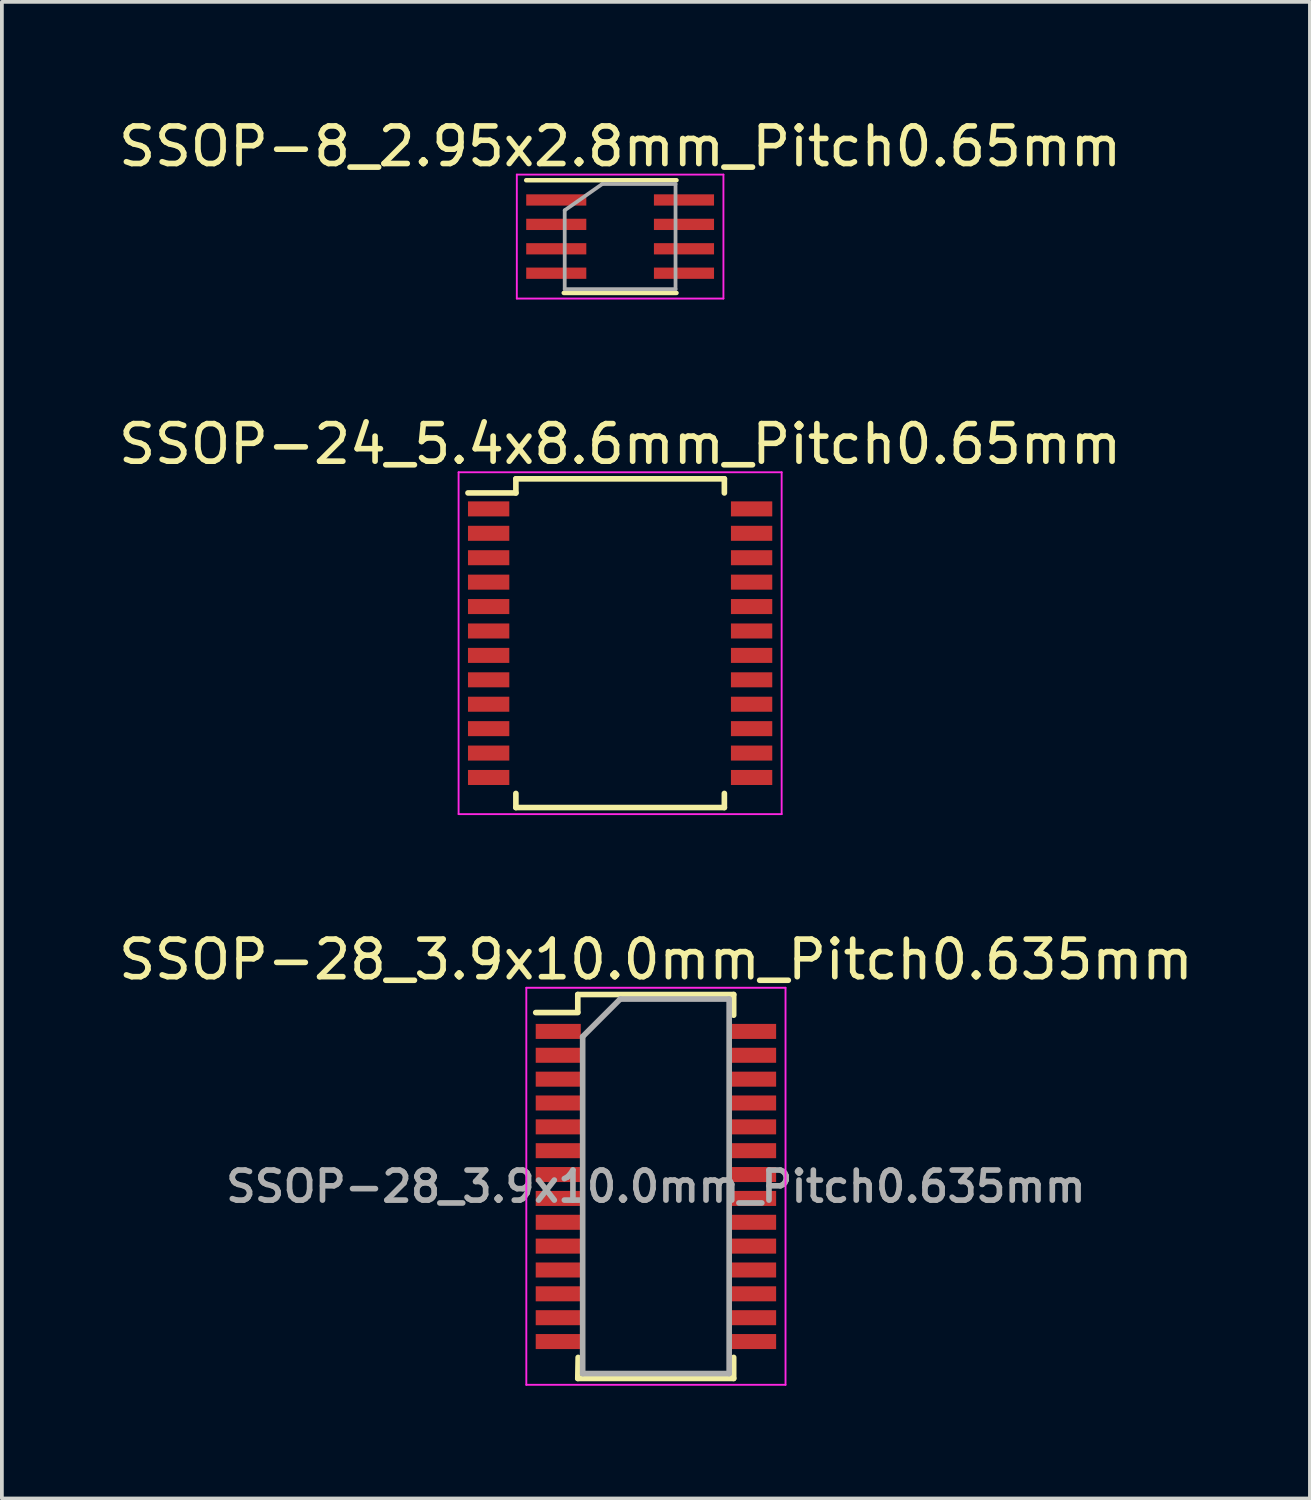
<source format=kicad_pcb>
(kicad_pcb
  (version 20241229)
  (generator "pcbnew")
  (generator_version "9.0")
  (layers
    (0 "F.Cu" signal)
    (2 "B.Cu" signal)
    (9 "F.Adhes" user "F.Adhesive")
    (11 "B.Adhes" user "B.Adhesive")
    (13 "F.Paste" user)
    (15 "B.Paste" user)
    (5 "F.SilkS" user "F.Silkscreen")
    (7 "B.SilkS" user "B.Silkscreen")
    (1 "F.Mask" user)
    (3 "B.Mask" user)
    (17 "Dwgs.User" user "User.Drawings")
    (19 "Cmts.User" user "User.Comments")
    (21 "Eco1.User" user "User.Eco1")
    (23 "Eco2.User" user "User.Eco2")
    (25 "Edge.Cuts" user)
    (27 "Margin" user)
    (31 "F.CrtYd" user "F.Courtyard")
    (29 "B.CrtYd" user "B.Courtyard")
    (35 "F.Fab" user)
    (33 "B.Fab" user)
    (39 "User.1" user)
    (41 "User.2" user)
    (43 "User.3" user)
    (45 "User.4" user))
  (footprint "SSOP-28_3.9x10.0mm_Pitch0.635mm"
    (layer "F.Cu")
    (at 14.411 28.535)
    (property "Reference" "SSOP-28_3.9x10.0mm_Pitch0.635mm" (at 0 -6.04 0) (layer "F.SilkS") (effects (font (size 1 1) (thickness 0.15))))
    (attr smd)
    (fp_line (start -2.08 -5.11) (end -2.08 -4.64) (stroke (width 0.15) (type solid)) (layer "F.SilkS"))
    (fp_line (start -2.08 -5.11) (end 2.07 -5.11) (stroke (width 0.15) (type solid)) (layer "F.SilkS"))
    (fp_line (start -2.08 -4.63) (end -3.2 -4.63) (stroke (width 0.15) (type solid)) (layer "F.SilkS"))
    (fp_line (start -2.08 5.11) (end -2.07 4.55) (stroke (width 0.15) (type solid)) (layer "F.SilkS"))
    (fp_line (start -2.08 5.11) (end 2.07 5.11) (stroke (width 0.15) (type solid)) (layer "F.SilkS"))
    (fp_line (start 2.07 -5.11) (end 2.07 -4.56) (stroke (width 0.15) (type solid)) (layer "F.SilkS"))
    (fp_line (start 2.07 5.11) (end 2.07 4.55) (stroke (width 0.15) (type solid)) (layer "F.SilkS"))
    (fp_line (start -3.45 -5.29) (end -3.45 5.28) (stroke (width 0.05) (type solid)) (layer "F.CrtYd"))
    (fp_line (start -3.45 -5.29) (end 3.45 -5.29) (stroke (width 0.05) (type solid)) (layer "F.CrtYd"))
    (fp_line (start -3.45 5.28) (end 3.45 5.28) (stroke (width 0.05) (type solid)) (layer "F.CrtYd"))
    (fp_line (start 3.45 -5.29) (end 3.45 5.28) (stroke (width 0.05) (type solid)) (layer "F.CrtYd"))
    (fp_line (start -1.95 -3.99) (end -0.95 -4.99) (stroke (width 0.15) (type solid)) (layer "F.Fab"))
    (fp_line (start -1.95 4.98) (end -1.95 -3.99) (stroke (width 0.15) (type solid)) (layer "F.Fab"))
    (fp_line (start -0.95 -4.99) (end 1.95 -4.99) (stroke (width 0.15) (type solid)) (layer "F.Fab"))
    (fp_line (start 1.95 -4.99) (end 1.95 4.98) (stroke (width 0.15) (type solid)) (layer "F.Fab"))
    (fp_line (start 1.95 4.98) (end -1.95 4.98) (stroke (width 0.15) (type solid)) (layer "F.Fab"))
    (fp_text user "${REFERENCE}" (at 0 0 0) (layer "F.Fab") (effects (font (size 0.8 0.8) (thickness 0.15))))
    (pad "1" smd rect (at -2.6 -4.128) (size 1.2 0.4) (layers "F.Cu" "F.Mask" "F.Paste"))
    (pad "2" smd rect (at -2.6 -3.493) (size 1.2 0.4) (layers "F.Cu" "F.Mask" "F.Paste"))
    (pad "3" smd rect (at -2.6 -2.857) (size 1.2 0.4) (layers "F.Cu" "F.Mask" "F.Paste"))
    (pad "4" smd rect (at -2.6 -2.223) (size 1.2 0.4) (layers "F.Cu" "F.Mask" "F.Paste"))
    (pad "5" smd rect (at -2.6 -1.587) (size 1.2 0.4) (layers "F.Cu" "F.Mask" "F.Paste"))
    (pad "6" smd rect (at -2.6 -0.953) (size 1.2 0.4) (layers "F.Cu" "F.Mask" "F.Paste"))
    (pad "7" smd rect (at -2.6 -0.318) (size 1.2 0.4) (layers "F.Cu" "F.Mask" "F.Paste"))
    (pad "8" smd rect (at -2.6 0.318) (size 1.2 0.4) (layers "F.Cu" "F.Mask" "F.Paste"))
    (pad "9" smd rect (at -2.6 0.953) (size 1.2 0.4) (layers "F.Cu" "F.Mask" "F.Paste"))
    (pad "10" smd rect (at -2.6 1.587) (size 1.2 0.4) (layers "F.Cu" "F.Mask" "F.Paste"))
    (pad "11" smd rect (at -2.6 2.223) (size 1.2 0.4) (layers "F.Cu" "F.Mask" "F.Paste"))
    (pad "12" smd rect (at -2.6 2.857) (size 1.2 0.4) (layers "F.Cu" "F.Mask" "F.Paste"))
    (pad "13" smd rect (at -2.6 3.493) (size 1.2 0.4) (layers "F.Cu" "F.Mask" "F.Paste"))
    (pad "14" smd rect (at -2.6 4.128) (size 1.2 0.4) (layers "F.Cu" "F.Mask" "F.Paste"))
    (pad "15" smd rect (at 2.6 4.128) (size 1.2 0.4) (layers "F.Cu" "F.Mask" "F.Paste"))
    (pad "16" smd rect (at 2.6 3.493) (size 1.2 0.4) (layers "F.Cu" "F.Mask" "F.Paste"))
    (pad "17" smd rect (at 2.6 2.857) (size 1.2 0.4) (layers "F.Cu" "F.Mask" "F.Paste"))
    (pad "18" smd rect (at 2.6 2.223) (size 1.2 0.4) (layers "F.Cu" "F.Mask" "F.Paste"))
    (pad "19" smd rect (at 2.6 1.587) (size 1.2 0.4) (layers "F.Cu" "F.Mask" "F.Paste"))
    (pad "20" smd rect (at 2.6 0.953) (size 1.2 0.4) (layers "F.Cu" "F.Mask" "F.Paste"))
    (pad "21" smd rect (at 2.6 0.318) (size 1.2 0.4) (layers "F.Cu" "F.Mask" "F.Paste"))
    (pad "22" smd rect (at 2.6 -0.318) (size 1.2 0.4) (layers "F.Cu" "F.Mask" "F.Paste"))
    (pad "23" smd rect (at 2.6 -0.953) (size 1.2 0.4) (layers "F.Cu" "F.Mask" "F.Paste"))
    (pad "24" smd rect (at 2.6 -1.587) (size 1.2 0.4) (layers "F.Cu" "F.Mask" "F.Paste"))
    (pad "25" smd rect (at 2.6 -2.223) (size 1.2 0.4) (layers "F.Cu" "F.Mask" "F.Paste"))
    (pad "26" smd rect (at 2.6 -2.857) (size 1.2 0.4) (layers "F.Cu" "F.Mask" "F.Paste"))
    (pad "27" smd rect (at 2.6 -3.493) (size 1.2 0.4) (layers "F.Cu" "F.Mask" "F.Paste"))
    (pad "28" smd rect (at 2.6 -4.128) (size 1.2 0.4) (layers "F.Cu" "F.Mask" "F.Paste")))
  (footprint "SSOP-8_2.95x2.8mm_Pitch0.65mm"
    (layer "F.Cu")
    (at 13.458 3.248)
    (property "Reference" "SSOP-8_2.95x2.8mm_Pitch0.65mm" (at 0 -2.4 0) (layer "F.SilkS") (effects (font (size 1 1) (thickness 0.15))))
    (attr smd)
    (fp_line (start 1.5 -1.5) (end -2.5 -1.5) (stroke (width 0.12) (type solid)) (layer "F.SilkS"))
    (fp_line (start 1.5 1.5) (end -1.5 1.5) (stroke (width 0.12) (type solid)) (layer "F.SilkS"))
    (fp_line (start -2.75 -1.65) (end 2.75 -1.65) (stroke (width 0.05) (type solid)) (layer "F.CrtYd"))
    (fp_line (start -2.75 1.65) (end -2.75 -1.65) (stroke (width 0.05) (type solid)) (layer "F.CrtYd"))
    (fp_line (start 2.75 -1.65) (end 2.75 1.65) (stroke (width 0.05) (type solid)) (layer "F.CrtYd"))
    (fp_line (start 2.75 1.65) (end -2.75 1.65) (stroke (width 0.05) (type solid)) (layer "F.CrtYd"))
    (fp_line (start -1.475 1.4) (end -1.475 -0.7) (stroke (width 0.1) (type solid)) (layer "F.Fab"))
    (fp_line (start -0.475 -1.4) (end -1.475 -0.7) (stroke (width 0.1) (type solid)) (layer "F.Fab"))
    (fp_line (start -0.475 -1.4) (end 1.475 -1.4) (stroke (width 0.1) (type solid)) (layer "F.Fab"))
    (fp_line (start 1.475 -1.4) (end 1.475 1.4) (stroke (width 0.1) (type solid)) (layer "F.Fab"))
    (fp_line (start 1.475 1.4) (end -1.475 1.4) (stroke (width 0.1) (type solid)) (layer "F.Fab"))
    (pad "1" smd rect (at -1.7 -0.975 270) (size 0.3 1.6) (layers "F.Cu" "F.Mask" "F.Paste"))
    (pad "2" smd rect (at -1.7 -0.325 270) (size 0.3 1.6) (layers "F.Cu" "F.Mask" "F.Paste"))
    (pad "3" smd rect (at -1.7 0.325 270) (size 0.3 1.6) (layers "F.Cu" "F.Mask" "F.Paste"))
    (pad "4" smd rect (at -1.7 0.975 270) (size 0.3 1.6) (layers "F.Cu" "F.Mask" "F.Paste"))
    (pad "5" smd rect (at 1.7 0.975 270) (size 0.3 1.6) (layers "F.Cu" "F.Mask" "F.Paste"))
    (pad "6" smd rect (at 1.7 0.325 270) (size 0.3 1.6) (layers "F.Cu" "F.Mask" "F.Paste"))
    (pad "7" smd rect (at 1.7 -0.325 270) (size 0.3 1.6) (layers "F.Cu" "F.Mask" "F.Paste"))
    (pad "8" smd rect (at 1.7 -0.975 270) (size 0.3 1.6) (layers "F.Cu" "F.Mask" "F.Paste")))
  (footprint "SSOP-24_5.4x8.6mm_Pitch0.65mm"
    (layer "F.Cu")
    (at 13.458 14.072)
    (property "Reference" "SSOP-24_5.4x8.6mm_Pitch0.65mm" (at 0 -5.3 0) (layer "F.SilkS") (effects (font (size 1 1) (thickness 0.15))))
    (attr smd)
    (fp_line (start -2.775 -4.375) (end -2.775 -4) (stroke (width 0.15) (type solid)) (layer "F.SilkS"))
    (fp_line (start -2.775 -4.375) (end 2.775 -4.375) (stroke (width 0.15) (type solid)) (layer "F.SilkS"))
    (fp_line (start -2.775 -4) (end -4.05 -4) (stroke (width 0.15) (type solid)) (layer "F.SilkS"))
    (fp_line (start -2.775 4.375) (end -2.775 4) (stroke (width 0.15) (type solid)) (layer "F.SilkS"))
    (fp_line (start -2.775 4.375) (end 2.775 4.375) (stroke (width 0.15) (type solid)) (layer "F.SilkS"))
    (fp_line (start 2.775 -4.375) (end 2.775 -4) (stroke (width 0.15) (type solid)) (layer "F.SilkS"))
    (fp_line (start 2.775 4.375) (end 2.775 4) (stroke (width 0.15) (type solid)) (layer "F.SilkS"))
    (fp_line (start -4.3 -4.55) (end -4.3 4.55) (stroke (width 0.05) (type solid)) (layer "F.CrtYd"))
    (fp_line (start -4.3 -4.55) (end 4.3 -4.55) (stroke (width 0.05) (type solid)) (layer "F.CrtYd"))
    (fp_line (start -4.3 4.55) (end 4.3 4.55) (stroke (width 0.05) (type solid)) (layer "F.CrtYd"))
    (fp_line (start 4.3 -4.55) (end 4.3 4.55) (stroke (width 0.05) (type solid)) (layer "F.CrtYd"))
    (pad "1" smd rect (at -3.5 -3.575) (size 1.1 0.4) (layers "F.Cu" "F.Mask" "F.Paste"))
    (pad "2" smd rect (at -3.5 -2.925) (size 1.1 0.4) (layers "F.Cu" "F.Mask" "F.Paste"))
    (pad "3" smd rect (at -3.5 -2.275) (size 1.1 0.4) (layers "F.Cu" "F.Mask" "F.Paste"))
    (pad "4" smd rect (at -3.5 -1.625) (size 1.1 0.4) (layers "F.Cu" "F.Mask" "F.Paste"))
    (pad "5" smd rect (at -3.5 -0.975) (size 1.1 0.4) (layers "F.Cu" "F.Mask" "F.Paste"))
    (pad "6" smd rect (at -3.5 -0.325) (size 1.1 0.4) (layers "F.Cu" "F.Mask" "F.Paste"))
    (pad "7" smd rect (at -3.5 0.325) (size 1.1 0.4) (layers "F.Cu" "F.Mask" "F.Paste"))
    (pad "8" smd rect (at -3.5 0.975) (size 1.1 0.4) (layers "F.Cu" "F.Mask" "F.Paste"))
    (pad "9" smd rect (at -3.5 1.625) (size 1.1 0.4) (layers "F.Cu" "F.Mask" "F.Paste"))
    (pad "10" smd rect (at -3.5 2.275) (size 1.1 0.4) (layers "F.Cu" "F.Mask" "F.Paste"))
    (pad "11" smd rect (at -3.5 2.925) (size 1.1 0.4) (layers "F.Cu" "F.Mask" "F.Paste"))
    (pad "12" smd rect (at -3.5 3.575) (size 1.1 0.4) (layers "F.Cu" "F.Mask" "F.Paste"))
    (pad "13" smd rect (at 3.5 3.575) (size 1.1 0.4) (layers "F.Cu" "F.Mask" "F.Paste"))
    (pad "14" smd rect (at 3.5 2.925) (size 1.1 0.4) (layers "F.Cu" "F.Mask" "F.Paste"))
    (pad "15" smd rect (at 3.5 2.275) (size 1.1 0.4) (layers "F.Cu" "F.Mask" "F.Paste"))
    (pad "16" smd rect (at 3.5 1.625) (size 1.1 0.4) (layers "F.Cu" "F.Mask" "F.Paste"))
    (pad "17" smd rect (at 3.5 0.975) (size 1.1 0.4) (layers "F.Cu" "F.Mask" "F.Paste"))
    (pad "18" smd rect (at 3.5 0.325) (size 1.1 0.4) (layers "F.Cu" "F.Mask" "F.Paste"))
    (pad "19" smd rect (at 3.5 -0.325) (size 1.1 0.4) (layers "F.Cu" "F.Mask" "F.Paste"))
    (pad "20" smd rect (at 3.5 -0.975) (size 1.1 0.4) (layers "F.Cu" "F.Mask" "F.Paste"))
    (pad "21" smd rect (at 3.5 -1.625) (size 1.1 0.4) (layers "F.Cu" "F.Mask" "F.Paste"))
    (pad "22" smd rect (at 3.5 -2.275) (size 1.1 0.4) (layers "F.Cu" "F.Mask" "F.Paste"))
    (pad "23" smd rect (at 3.5 -2.925) (size 1.1 0.4) (layers "F.Cu" "F.Mask" "F.Paste"))
    (pad "24" smd rect (at 3.5 -3.575) (size 1.1 0.4) (layers "F.Cu" "F.Mask" "F.Paste")))
  (gr_rect
    (start -3 -3)
    (end 31.821 36.84)
    (stroke (width 0.1) (type default))
    (fill no)
    (layer "Edge.Cuts")))
</source>
